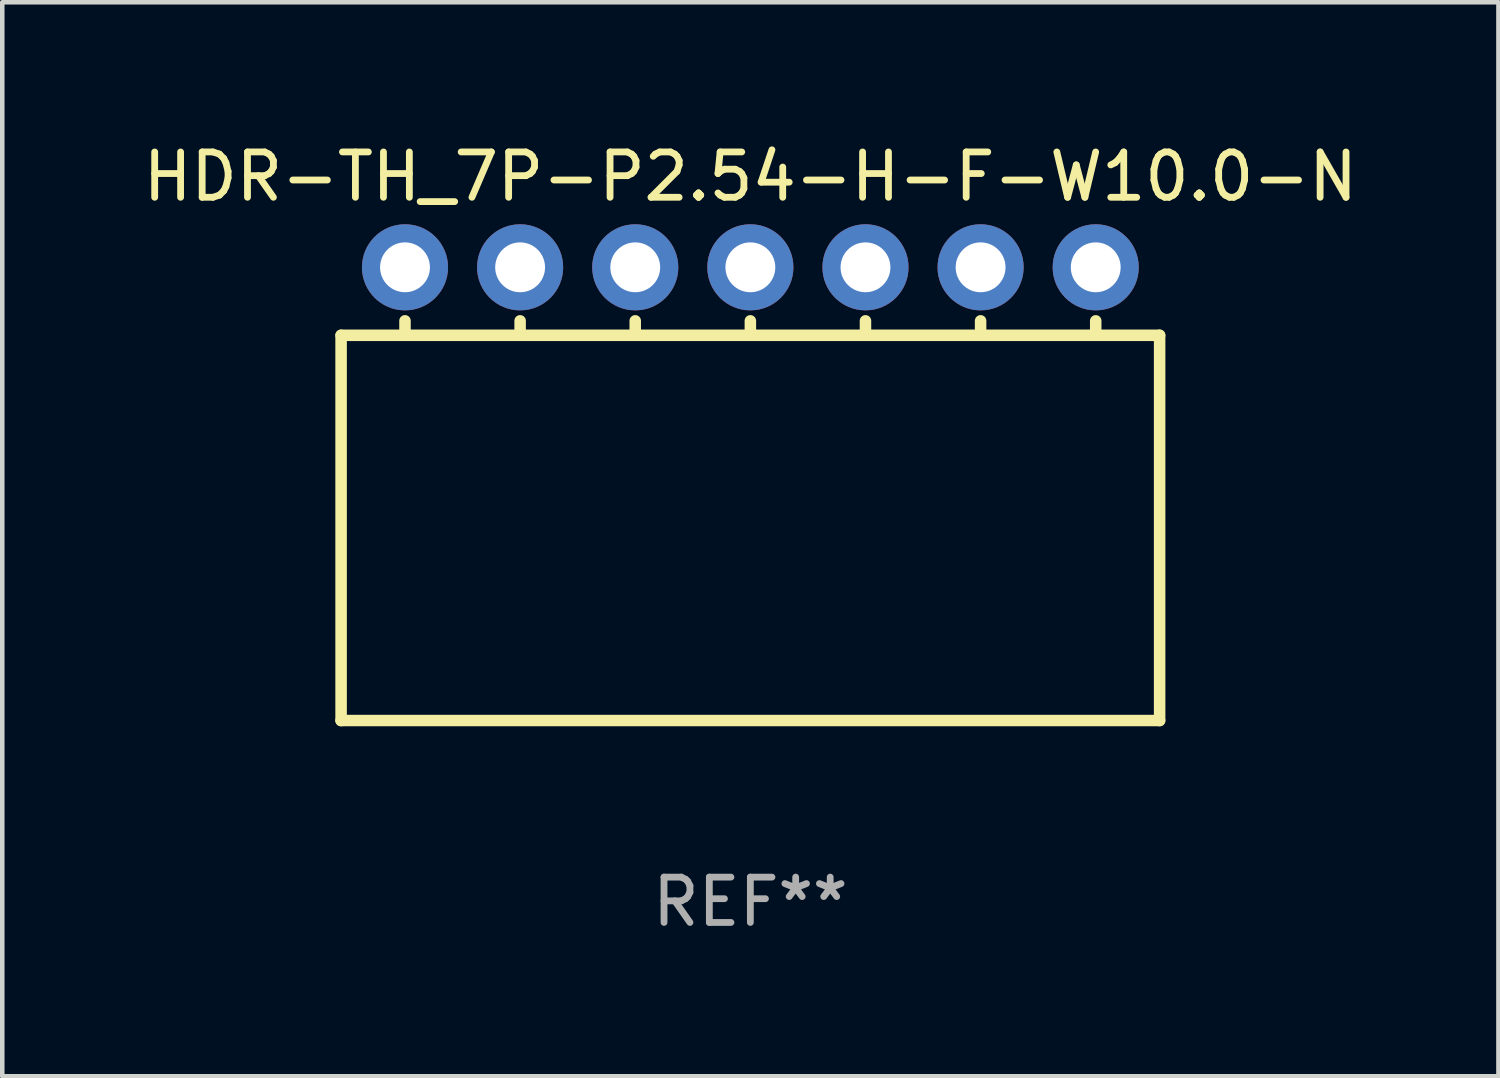
<source format=kicad_pcb>
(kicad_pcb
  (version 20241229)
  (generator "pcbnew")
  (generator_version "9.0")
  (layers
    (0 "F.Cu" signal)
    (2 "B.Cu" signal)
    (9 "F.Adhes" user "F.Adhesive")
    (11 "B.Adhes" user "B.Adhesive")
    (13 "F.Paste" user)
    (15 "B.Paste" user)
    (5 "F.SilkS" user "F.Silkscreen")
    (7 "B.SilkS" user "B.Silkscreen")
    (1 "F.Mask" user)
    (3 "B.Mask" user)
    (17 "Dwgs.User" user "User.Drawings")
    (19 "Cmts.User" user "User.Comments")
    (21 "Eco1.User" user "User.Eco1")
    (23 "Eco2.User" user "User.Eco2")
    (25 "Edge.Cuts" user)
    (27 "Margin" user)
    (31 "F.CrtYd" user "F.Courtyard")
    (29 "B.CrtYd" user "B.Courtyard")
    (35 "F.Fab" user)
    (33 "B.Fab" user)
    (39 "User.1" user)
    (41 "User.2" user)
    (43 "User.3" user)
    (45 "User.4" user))
  (footprint "HDR-TH_7P-P2.54-H-F-W10.0-N"
    (layer "F.Cu")
    (at 13.506 2.848)
    (property "Reference" "HDR-TH_7P-P2.54-H-F-W10.0-N" (at 0 -2 0) (layer "F.SilkS") (effects (font (size 1 1) (thickness 0.15))))
    (attr through_hole)
    (fp_line (start -9.03 1.5) (end -9.03 10) (stroke (width 0.254) (type solid)) (layer "F.SilkS"))
    (fp_line (start -9.03 1.5) (end 9.03 1.5) (stroke (width 0.254) (type solid)) (layer "F.SilkS"))
    (fp_line (start -9.03 10) (end 9.03 10) (stroke (width 0.254) (type solid)) (layer "F.SilkS"))
    (fp_line (start -7.62 1.5) (end -7.62 1.181) (stroke (width 0.254) (type solid)) (layer "F.SilkS"))
    (fp_line (start -5.08 1.181) (end -5.08 1.5) (stroke (width 0.254) (type solid)) (layer "F.SilkS"))
    (fp_line (start -2.54 1.181) (end -2.54 1.5) (stroke (width 0.254) (type solid)) (layer "F.SilkS"))
    (fp_line (start 0 1.181) (end 0 1.5) (stroke (width 0.254) (type solid)) (layer "F.SilkS"))
    (fp_line (start 2.54 1.181) (end 2.54 1.5) (stroke (width 0.254) (type solid)) (layer "F.SilkS"))
    (fp_line (start 5.08 1.181) (end 5.08 1.5) (stroke (width 0.254) (type solid)) (layer "F.SilkS"))
    (fp_line (start 7.62 1.181) (end 7.62 1.5) (stroke (width 0.254) (type solid)) (layer "F.SilkS"))
    (fp_line (start 9.03 10) (end 9.03 1.5) (stroke (width 0.254) (type solid)) (layer "F.SilkS"))
    (fp_circle (center -9.09 10) (end -9.06 10) (stroke (width 0.06) (type solid)) (fill no) (layer "F.SilkS"))
    (fp_text user "REF**" (at 0 14 0) (layer "F.Fab") (effects (font (size 1 1) (thickness 0.15))))
    (pad "1" thru_hole circle (at -7.62 0) (size 1.9 1.9) (drill 1.1) (layers "*.Cu" "*.Mask"))
    (pad "2" thru_hole circle (at -5.08 0) (size 1.9 1.9) (drill 1.1) (layers "*.Cu" "*.Mask"))
    (pad "3" thru_hole circle (at -2.54 0) (size 1.9 1.9) (drill 1.1) (layers "*.Cu" "*.Mask"))
    (pad "4" thru_hole circle (at 0 0) (size 1.9 1.9) (drill 1.1) (layers "*.Cu" "*.Mask"))
    (pad "5" thru_hole circle (at 2.54 0) (size 1.9 1.9) (drill 1.1) (layers "*.Cu" "*.Mask"))
    (pad "6" thru_hole circle (at 5.08 0) (size 1.9 1.9) (drill 1.1) (layers "*.Cu" "*.Mask"))
    (pad "7" thru_hole circle (at 7.62 0) (size 1.9 1.9) (drill 1.1) (layers "*.Cu" "*.Mask")))
  (gr_rect
    (start -3 -3)
    (end 30.012 20.697)
    (stroke (width 0.1) (type default))
    (fill no)
    (layer "Edge.Cuts")))
</source>
